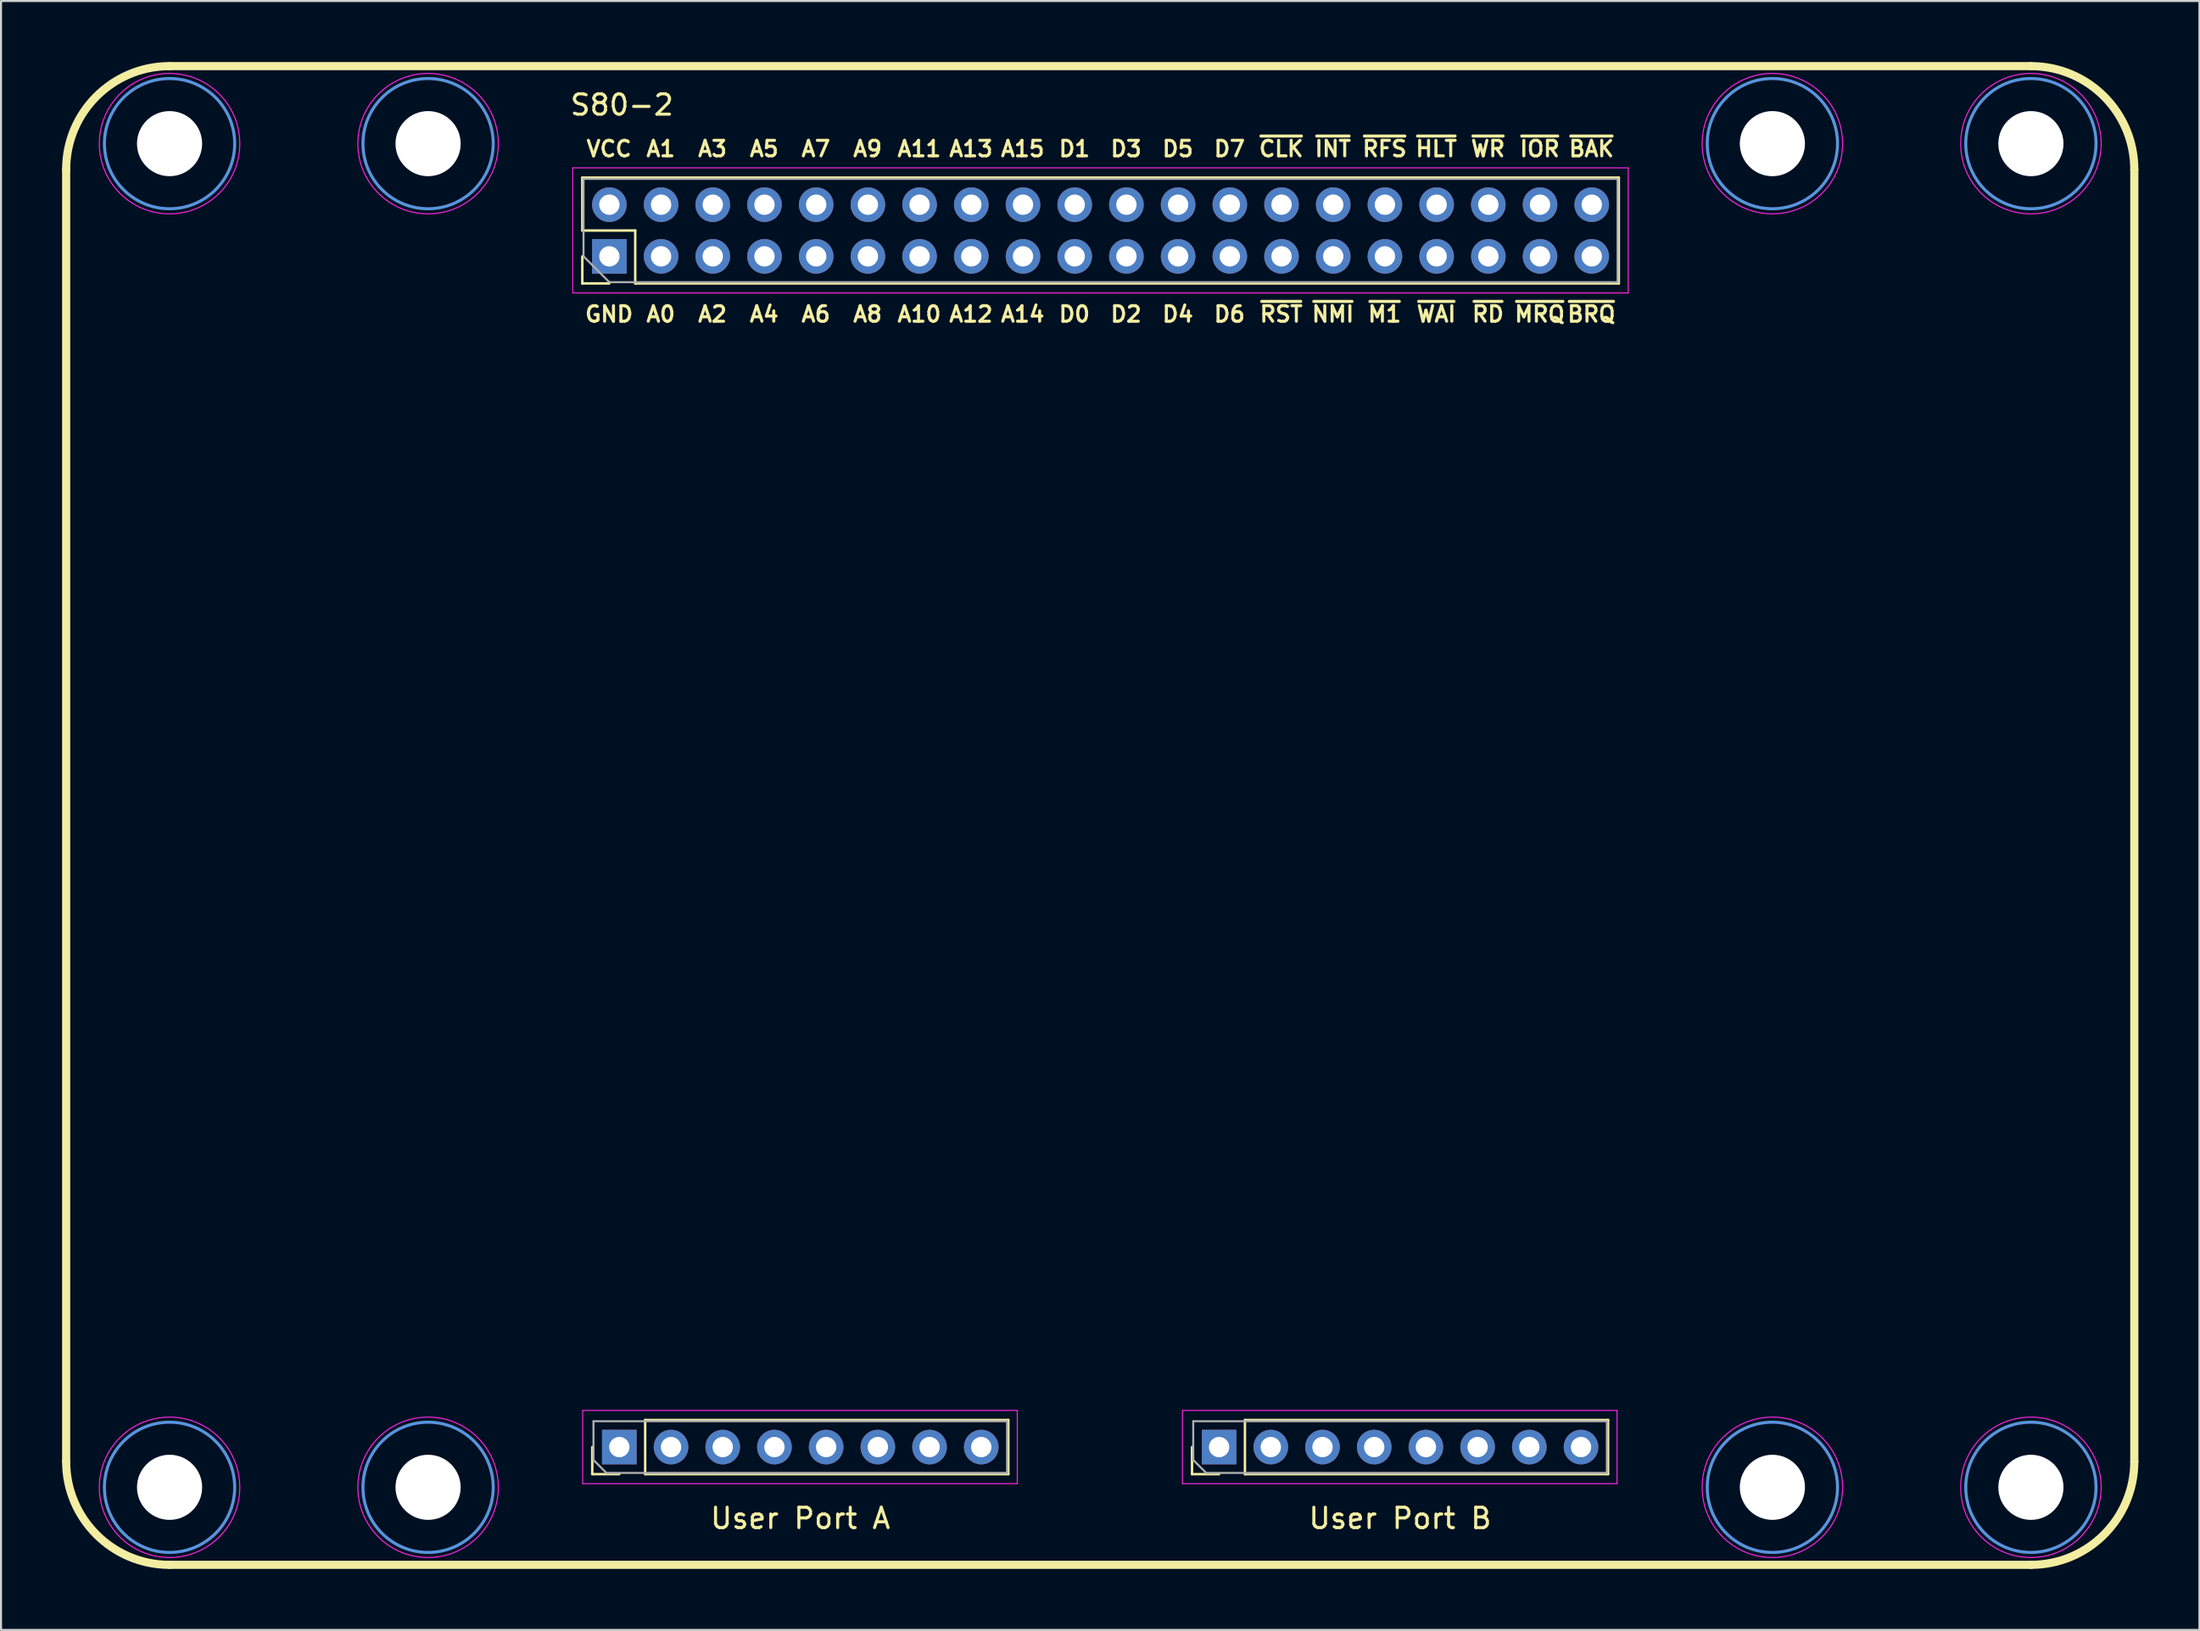
<source format=kicad_pcb>
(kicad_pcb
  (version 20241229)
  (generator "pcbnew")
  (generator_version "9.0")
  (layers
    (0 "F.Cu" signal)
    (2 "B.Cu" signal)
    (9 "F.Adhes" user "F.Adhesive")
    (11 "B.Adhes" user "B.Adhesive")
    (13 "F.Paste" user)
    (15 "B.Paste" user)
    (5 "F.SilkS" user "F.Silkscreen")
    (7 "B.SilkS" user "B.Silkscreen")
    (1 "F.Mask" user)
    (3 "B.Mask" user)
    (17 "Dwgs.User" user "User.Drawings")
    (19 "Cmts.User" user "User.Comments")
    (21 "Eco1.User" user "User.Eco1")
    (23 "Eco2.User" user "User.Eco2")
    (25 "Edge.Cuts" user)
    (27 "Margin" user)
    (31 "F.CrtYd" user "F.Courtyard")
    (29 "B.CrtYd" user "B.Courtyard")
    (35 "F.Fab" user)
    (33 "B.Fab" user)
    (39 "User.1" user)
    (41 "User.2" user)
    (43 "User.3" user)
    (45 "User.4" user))
  (footprint "S80-2"
    (layer "F.Cu")
    (at 51 37.03)
    (property "Reference" "S80-2" (at -23.495 -34.925 0) (layer "F.SilkS") (effects (font (size 1 1) (thickness 0.15))))
    (attr through_hole)
    (fp_line (start -50.8 -31.75) (end -50.8 31.75) (stroke (width 0.4) (type solid)) (layer "F.SilkS"))
    (fp_line (start -45.72 -36.83) (end 45.72 -36.83) (stroke (width 0.4) (type solid)) (layer "F.SilkS"))
    (fp_line (start -45.72 36.83) (end 45.72 36.83) (stroke (width 0.4) (type solid)) (layer "F.SilkS"))
    (fp_line (start -25.444 -31.35) (end 25.476 -31.35) (stroke (width 0.12) (type solid)) (layer "F.SilkS"))
    (fp_line (start -25.444 -28.75) (end -25.444 -31.35) (stroke (width 0.12) (type solid)) (layer "F.SilkS"))
    (fp_line (start -25.444 -26.15) (end -25.444 -27.48) (stroke (width 0.12) (type solid)) (layer "F.SilkS"))
    (fp_line (start -24.955 32.372) (end -24.955 31.042) (stroke (width 0.12) (type solid)) (layer "F.SilkS"))
    (fp_line (start -24.114 -26.15) (end -25.444 -26.15) (stroke (width 0.12) (type solid)) (layer "F.SilkS"))
    (fp_line (start -23.625 32.372) (end -24.955 32.372) (stroke (width 0.12) (type solid)) (layer "F.SilkS"))
    (fp_line (start -22.844 -28.75) (end -25.444 -28.75) (stroke (width 0.12) (type solid)) (layer "F.SilkS"))
    (fp_line (start -22.844 -26.15) (end -22.844 -28.75) (stroke (width 0.12) (type solid)) (layer "F.SilkS"))
    (fp_line (start -22.844 -26.15) (end 25.476 -26.15) (stroke (width 0.12) (type solid)) (layer "F.SilkS"))
    (fp_line (start -22.355 29.712) (end -4.515 29.712) (stroke (width 0.12) (type solid)) (layer "F.SilkS"))
    (fp_line (start -22.355 32.372) (end -22.355 29.712) (stroke (width 0.12) (type solid)) (layer "F.SilkS"))
    (fp_line (start -22.355 32.372) (end -4.515 32.372) (stroke (width 0.12) (type solid)) (layer "F.SilkS"))
    (fp_line (start -4.515 32.372) (end -4.515 29.712) (stroke (width 0.12) (type solid)) (layer "F.SilkS"))
    (fp_line (start 4.509 32.372) (end 4.509 31.042) (stroke (width 0.12) (type solid)) (layer "F.SilkS"))
    (fp_line (start 5.839 32.372) (end 4.509 32.372) (stroke (width 0.12) (type solid)) (layer "F.SilkS"))
    (fp_line (start 7.109 29.712) (end 24.949 29.712) (stroke (width 0.12) (type solid)) (layer "F.SilkS"))
    (fp_line (start 7.109 32.372) (end 7.109 29.712) (stroke (width 0.12) (type solid)) (layer "F.SilkS"))
    (fp_line (start 7.109 32.372) (end 24.949 32.372) (stroke (width 0.12) (type solid)) (layer "F.SilkS"))
    (fp_line (start 24.949 32.372) (end 24.949 29.712) (stroke (width 0.12) (type solid)) (layer "F.SilkS"))
    (fp_line (start 25.476 -26.15) (end 25.476 -31.35) (stroke (width 0.12) (type solid)) (layer "F.SilkS"))
    (fp_line (start 50.8 -31.75) (end 50.8 31.75) (stroke (width 0.4) (type solid)) (layer "F.SilkS"))
    (fp_arc (start -50.8 -31.75) (mid -49.312102 -35.342102) (end -45.72 -36.83) (stroke (width 0.4) (type solid)) (layer "F.SilkS"))
    (fp_arc (start -45.72 36.83) (mid -49.312102 35.342102) (end -50.8 31.75) (stroke (width 0.4) (type solid)) (layer "F.SilkS"))
    (fp_arc (start 45.72 -36.83) (mid 49.312102 -35.342102) (end 50.8 -31.75) (stroke (width 0.4) (type solid)) (layer "F.SilkS"))
    (fp_arc (start 50.8 31.75) (mid 49.312102 35.342102) (end 45.72 36.83) (stroke (width 0.4) (type solid)) (layer "F.SilkS"))
    (fp_circle (center -45.72 -33.02) (end -42.52 -33.02) (stroke (width 0.15) (type solid)) (fill no) (layer "Cmts.User"))
    (fp_circle (center -45.72 33.02) (end -42.52 33.02) (stroke (width 0.15) (type solid)) (fill no) (layer "Cmts.User"))
    (fp_circle (center -33.02 -33.02) (end -29.82 -33.02) (stroke (width 0.15) (type solid)) (fill no) (layer "Cmts.User"))
    (fp_circle (center -33.02 33.02) (end -29.82 33.02) (stroke (width 0.15) (type solid)) (fill no) (layer "Cmts.User"))
    (fp_circle (center 33.02 -33.02) (end 36.22 -33.02) (stroke (width 0.15) (type solid)) (fill no) (layer "Cmts.User"))
    (fp_circle (center 33.02 33.02) (end 36.22 33.02) (stroke (width 0.15) (type solid)) (fill no) (layer "Cmts.User"))
    (fp_circle (center 45.72 -33.02) (end 48.92 -33.02) (stroke (width 0.15) (type solid)) (fill no) (layer "Cmts.User"))
    (fp_circle (center 45.72 33.02) (end 48.92 33.02) (stroke (width 0.15) (type solid)) (fill no) (layer "Cmts.User"))
    (fp_line (start -25.914 -31.83) (end -25.914 -25.68) (stroke (width 0.05) (type solid)) (layer "F.CrtYd"))
    (fp_line (start -25.914 -25.68) (end 25.936 -25.68) (stroke (width 0.05) (type solid)) (layer "F.CrtYd"))
    (fp_line (start -25.425 29.242) (end -25.425 32.842) (stroke (width 0.05) (type solid)) (layer "F.CrtYd"))
    (fp_line (start -25.425 32.842) (end -4.075 32.842) (stroke (width 0.05) (type solid)) (layer "F.CrtYd"))
    (fp_line (start -4.075 29.242) (end -25.425 29.242) (stroke (width 0.05) (type solid)) (layer "F.CrtYd"))
    (fp_line (start -4.075 32.842) (end -4.075 29.242) (stroke (width 0.05) (type solid)) (layer "F.CrtYd"))
    (fp_line (start 4.039 29.242) (end 4.039 32.842) (stroke (width 0.05) (type solid)) (layer "F.CrtYd"))
    (fp_line (start 4.039 32.842) (end 25.389 32.842) (stroke (width 0.05) (type solid)) (layer "F.CrtYd"))
    (fp_line (start 25.389 29.242) (end 4.039 29.242) (stroke (width 0.05) (type solid)) (layer "F.CrtYd"))
    (fp_line (start 25.389 32.842) (end 25.389 29.242) (stroke (width 0.05) (type solid)) (layer "F.CrtYd"))
    (fp_line (start 25.936 -31.83) (end -25.914 -31.83) (stroke (width 0.05) (type solid)) (layer "F.CrtYd"))
    (fp_line (start 25.936 -25.68) (end 25.936 -31.83) (stroke (width 0.05) (type solid)) (layer "F.CrtYd"))
    (fp_circle (center -45.72 -33.02) (end -42.27 -33.02) (stroke (width 0.05) (type solid)) (fill no) (layer "F.CrtYd"))
    (fp_circle (center -45.72 33.02) (end -42.27 33.02) (stroke (width 0.05) (type solid)) (fill no) (layer "F.CrtYd"))
    (fp_circle (center -33.02 -33.02) (end -29.57 -33.02) (stroke (width 0.05) (type solid)) (fill no) (layer "F.CrtYd"))
    (fp_circle (center -33.02 33.02) (end -29.57 33.02) (stroke (width 0.05) (type solid)) (fill no) (layer "F.CrtYd"))
    (fp_circle (center 33.02 -33.02) (end 36.47 -33.02) (stroke (width 0.05) (type solid)) (fill no) (layer "F.CrtYd"))
    (fp_circle (center 33.02 33.02) (end 36.47 33.02) (stroke (width 0.05) (type solid)) (fill no) (layer "F.CrtYd"))
    (fp_circle (center 45.72 -33.02) (end 49.17 -33.02) (stroke (width 0.05) (type solid)) (fill no) (layer "F.CrtYd"))
    (fp_circle (center 45.72 33.02) (end 49.17 33.02) (stroke (width 0.05) (type solid)) (fill no) (layer "F.CrtYd"))
    (fp_line (start -25.384 -31.29) (end 25.416 -31.29) (stroke (width 0.1) (type solid)) (layer "F.Fab"))
    (fp_line (start -25.384 -27.48) (end -25.384 -31.29) (stroke (width 0.1) (type solid)) (layer "F.Fab"))
    (fp_line (start -24.895 29.772) (end -4.575 29.772) (stroke (width 0.1) (type solid)) (layer "F.Fab"))
    (fp_line (start -24.895 31.677) (end -24.895 29.772) (stroke (width 0.1) (type solid)) (layer "F.Fab"))
    (fp_line (start -24.26 32.312) (end -24.895 31.677) (stroke (width 0.1) (type solid)) (layer "F.Fab"))
    (fp_line (start -24.114 -26.21) (end -25.384 -27.48) (stroke (width 0.1) (type solid)) (layer "F.Fab"))
    (fp_line (start -4.575 29.772) (end -4.575 32.312) (stroke (width 0.1) (type solid)) (layer "F.Fab"))
    (fp_line (start -4.575 32.312) (end -24.26 32.312) (stroke (width 0.1) (type solid)) (layer "F.Fab"))
    (fp_line (start 4.569 29.772) (end 24.889 29.772) (stroke (width 0.1) (type solid)) (layer "F.Fab"))
    (fp_line (start 4.569 31.677) (end 4.569 29.772) (stroke (width 0.1) (type solid)) (layer "F.Fab"))
    (fp_line (start 5.204 32.312) (end 4.569 31.677) (stroke (width 0.1) (type solid)) (layer "F.Fab"))
    (fp_line (start 24.889 29.772) (end 24.889 32.312) (stroke (width 0.1) (type solid)) (layer "F.Fab"))
    (fp_line (start 24.889 32.312) (end 5.204 32.312) (stroke (width 0.1) (type solid)) (layer "F.Fab"))
    (fp_line (start 25.416 -31.29) (end 25.416 -26.21) (stroke (width 0.1) (type solid)) (layer "F.Fab"))
    (fp_line (start 25.416 -26.21) (end -24.114 -26.21) (stroke (width 0.1) (type solid)) (layer "F.Fab"))
    (fp_text user "~{RST}" (at 8.89 -24.638 0) (layer "F.SilkS") (effects (font (size 0.762 0.762) (thickness 0.15))))
    (fp_text user "A4" (at -16.51 -24.638 0) (layer "F.SilkS") (effects (font (size 0.762 0.762) (thickness 0.15))))
    (fp_text user "~{BAK}" (at 24.13 -32.766 0) (layer "F.SilkS") (effects (font (size 0.762 0.762) (thickness 0.15))))
    (fp_text user "~{WAI}" (at 16.51 -24.638 0) (layer "F.SilkS") (effects (font (size 0.762 0.762) (thickness 0.15))))
    (fp_text user "A5" (at -16.51 -32.766 0) (layer "F.SilkS") (effects (font (size 0.762 0.762) (thickness 0.15))))
    (fp_text user "A13" (at -6.35 -32.766 0) (layer "F.SilkS") (effects (font (size 0.762 0.762) (thickness 0.15))))
    (fp_text user "A10" (at -8.89 -24.638 0) (layer "F.SilkS") (effects (font (size 0.762 0.762) (thickness 0.15))))
    (fp_text user "A0" (at -21.59 -24.638 0) (layer "F.SilkS") (effects (font (size 0.762 0.762) (thickness 0.15))))
    (fp_text user "~{RD}" (at 19.05 -24.638 0) (layer "F.SilkS") (effects (font (size 0.762 0.762) (thickness 0.15))))
    (fp_text user "A3" (at -19.05 -32.766 0) (layer "F.SilkS") (effects (font (size 0.762 0.762) (thickness 0.15))))
    (fp_text user "A2" (at -19.05 -24.638 0) (layer "F.SilkS") (effects (font (size 0.762 0.762) (thickness 0.15))))
    (fp_text user "A12" (at -6.35 -24.638 0) (layer "F.SilkS") (effects (font (size 0.762 0.762) (thickness 0.15))))
    (fp_text user "A7" (at -13.97 -32.766 0) (layer "F.SilkS") (effects (font (size 0.762 0.762) (thickness 0.15))))
    (fp_text user "~{RFS}" (at 13.97 -32.766 0) (layer "F.SilkS") (effects (font (size 0.762 0.762) (thickness 0.15))))
    (fp_text user "~{BRQ}" (at 24.13 -24.638 0) (layer "F.SilkS") (effects (font (size 0.762 0.762) (thickness 0.15))))
    (fp_text user "D7" (at 6.35 -32.766 0) (layer "F.SilkS") (effects (font (size 0.762 0.762) (thickness 0.15))))
    (fp_text user "~{MRQ}" (at 21.59 -24.638 0) (layer "F.SilkS") (effects (font (size 0.762 0.762) (thickness 0.15))))
    (fp_text user "A1" (at -21.59 -32.766 0) (layer "F.SilkS") (effects (font (size 0.762 0.762) (thickness 0.15))))
    (fp_text user "A11" (at -8.89 -32.766 0) (layer "F.SilkS") (effects (font (size 0.762 0.762) (thickness 0.15))))
    (fp_text user "A15" (at -3.81 -32.766 0) (layer "F.SilkS") (effects (font (size 0.762 0.762) (thickness 0.15))))
    (fp_text user "User Port A" (at -14.732 34.544 0) (layer "F.SilkS") (effects (font (size 1 1) (thickness 0.15))))
    (fp_text user "~{IOR}" (at 21.59 -32.766 0) (layer "F.SilkS") (effects (font (size 0.762 0.762) (thickness 0.15))))
    (fp_text user "A14" (at -3.81 -24.638 0) (layer "F.SilkS") (effects (font (size 0.762 0.762) (thickness 0.15))))
    (fp_text user "D4" (at 3.81 -24.638 0) (layer "F.SilkS") (effects (font (size 0.762 0.762) (thickness 0.15))))
    (fp_text user "A9" (at -11.43 -32.766 0) (layer "F.SilkS") (effects (font (size 0.762 0.762) (thickness 0.15))))
    (fp_text user "D3" (at 1.27 -32.766 0) (layer "F.SilkS") (effects (font (size 0.762 0.762) (thickness 0.15))))
    (fp_text user "~{CLK}" (at 8.89 -32.766 0) (layer "F.SilkS") (effects (font (size 0.762 0.762) (thickness 0.15))))
    (fp_text user "User Port B" (at 14.732 34.544 0) (layer "F.SilkS") (effects (font (size 1 1) (thickness 0.15))))
    (fp_text user "D1" (at -1.27 -32.766 0) (layer "F.SilkS") (effects (font (size 0.762 0.762) (thickness 0.15))))
    (fp_text user "A8" (at -11.43 -24.638 0) (layer "F.SilkS") (effects (font (size 0.762 0.762) (thickness 0.15))))
    (fp_text user "~{NMI}" (at 11.43 -24.638 0) (layer "F.SilkS") (effects (font (size 0.762 0.762) (thickness 0.15))))
    (fp_text user "GND" (at -24.13 -24.638 0) (layer "F.SilkS") (effects (font (size 0.762 0.762) (thickness 0.15))))
    (fp_text user "VCC" (at -24.13 -32.766 0) (layer "F.SilkS") (effects (font (size 0.762 0.762) (thickness 0.15))))
    (fp_text user "D2" (at 1.27 -24.638 0) (layer "F.SilkS") (effects (font (size 0.762 0.762) (thickness 0.15))))
    (fp_text user "D6" (at 6.35 -24.638 0) (layer "F.SilkS") (effects (font (size 0.762 0.762) (thickness 0.15))))
    (fp_text user "D0" (at -1.27 -24.638 0) (layer "F.SilkS") (effects (font (size 0.762 0.762) (thickness 0.15))))
    (fp_text user "~{M1}" (at 13.97 -24.638 0) (layer "F.SilkS") (effects (font (size 0.762 0.762) (thickness 0.15))))
    (fp_text user "~{WR}" (at 19.05 -32.766 0) (layer "F.SilkS") (effects (font (size 0.762 0.762) (thickness 0.15))))
    (fp_text user "D5" (at 3.81 -32.766 0) (layer "F.SilkS") (effects (font (size 0.762 0.762) (thickness 0.15))))
    (fp_text user "A6" (at -13.97 -24.638 0) (layer "F.SilkS") (effects (font (size 0.762 0.762) (thickness 0.15))))
    (fp_text user "~{INT}" (at 11.43 -32.766 0) (layer "F.SilkS") (effects (font (size 0.762 0.762) (thickness 0.15))))
    (fp_text user "~{HLT}" (at 16.51 -32.766 0) (layer "F.SilkS") (effects (font (size 0.762 0.762) (thickness 0.15))))
    (pad "" np_thru_hole circle (at -45.72 -33.02) (size 3.2 3.2) (drill 3.2) (layers "*.Cu" "*.Mask"))
    (pad "" np_thru_hole circle (at -45.72 33.02) (size 3.2 3.2) (drill 3.2) (layers "*.Cu" "*.Mask"))
    (pad "" np_thru_hole circle (at -33.02 -33.02) (size 3.2 3.2) (drill 3.2) (layers "*.Cu" "*.Mask"))
    (pad "" np_thru_hole circle (at -33.02 33.02) (size 3.2 3.2) (drill 3.2) (layers "*.Cu" "*.Mask"))
    (pad "" np_thru_hole circle (at 33.02 -33.02) (size 3.2 3.2) (drill 3.2) (layers "*.Cu" "*.Mask"))
    (pad "" np_thru_hole circle (at 33.02 33.02) (size 3.2 3.2) (drill 3.2) (layers "*.Cu" "*.Mask"))
    (pad "" np_thru_hole circle (at 45.72 -33.02) (size 3.2 3.2) (drill 3.2) (layers "*.Cu" "*.Mask"))
    (pad "" np_thru_hole circle (at 45.72 33.02) (size 3.2 3.2) (drill 3.2) (layers "*.Cu" "*.Mask"))
    (pad "1" thru_hole rect (at -24.114 -27.48 90) (size 1.7 1.7) (drill 1) (layers "*.Cu" "*.Mask"))
    (pad "2" thru_hole oval (at -24.114 -30.02 90) (size 1.7 1.7) (drill 1) (layers "*.Cu" "*.Mask"))
    (pad "3" thru_hole oval (at -21.574 -27.48 90) (size 1.7 1.7) (drill 1) (layers "*.Cu" "*.Mask"))
    (pad "4" thru_hole oval (at -21.574 -30.02 90) (size 1.7 1.7) (drill 1) (layers "*.Cu" "*.Mask"))
    (pad "5" thru_hole oval (at -19.034 -27.48 90) (size 1.7 1.7) (drill 1) (layers "*.Cu" "*.Mask"))
    (pad "6" thru_hole oval (at -19.034 -30.02 90) (size 1.7 1.7) (drill 1) (layers "*.Cu" "*.Mask"))
    (pad "7" thru_hole oval (at -16.494 -27.48 90) (size 1.7 1.7) (drill 1) (layers "*.Cu" "*.Mask"))
    (pad "8" thru_hole oval (at -16.494 -30.02 90) (size 1.7 1.7) (drill 1) (layers "*.Cu" "*.Mask"))
    (pad "9" thru_hole oval (at -13.954 -27.48 90) (size 1.7 1.7) (drill 1) (layers "*.Cu" "*.Mask"))
    (pad "10" thru_hole oval (at -13.954 -30.02 90) (size 1.7 1.7) (drill 1) (layers "*.Cu" "*.Mask"))
    (pad "11" thru_hole oval (at -11.414 -27.48 90) (size 1.7 1.7) (drill 1) (layers "*.Cu" "*.Mask"))
    (pad "12" thru_hole oval (at -11.414 -30.02 90) (size 1.7 1.7) (drill 1) (layers "*.Cu" "*.Mask"))
    (pad "13" thru_hole oval (at -8.874 -27.48 90) (size 1.7 1.7) (drill 1) (layers "*.Cu" "*.Mask"))
    (pad "14" thru_hole oval (at -8.874 -30.02 90) (size 1.7 1.7) (drill 1) (layers "*.Cu" "*.Mask"))
    (pad "15" thru_hole oval (at -6.334 -27.48 90) (size 1.7 1.7) (drill 1) (layers "*.Cu" "*.Mask"))
    (pad "16" thru_hole oval (at -6.334 -30.02 90) (size 1.7 1.7) (drill 1) (layers "*.Cu" "*.Mask"))
    (pad "17" thru_hole oval (at -3.794 -27.48 90) (size 1.7 1.7) (drill 1) (layers "*.Cu" "*.Mask"))
    (pad "18" thru_hole oval (at -3.794 -30.02 90) (size 1.7 1.7) (drill 1) (layers "*.Cu" "*.Mask"))
    (pad "19" thru_hole oval (at -1.254 -27.48 90) (size 1.7 1.7) (drill 1) (layers "*.Cu" "*.Mask"))
    (pad "20" thru_hole oval (at -1.254 -30.02 90) (size 1.7 1.7) (drill 1) (layers "*.Cu" "*.Mask"))
    (pad "21" thru_hole oval (at 1.286 -27.48 90) (size 1.7 1.7) (drill 1) (layers "*.Cu" "*.Mask"))
    (pad "22" thru_hole oval (at 1.286 -30.02 90) (size 1.7 1.7) (drill 1) (layers "*.Cu" "*.Mask"))
    (pad "23" thru_hole oval (at 3.826 -27.48 90) (size 1.7 1.7) (drill 1) (layers "*.Cu" "*.Mask"))
    (pad "24" thru_hole oval (at 3.826 -30.02 90) (size 1.7 1.7) (drill 1) (layers "*.Cu" "*.Mask"))
    (pad "25" thru_hole oval (at 6.366 -27.48 90) (size 1.7 1.7) (drill 1) (layers "*.Cu" "*.Mask"))
    (pad "26" thru_hole oval (at 6.366 -30.02 90) (size 1.7 1.7) (drill 1) (layers "*.Cu" "*.Mask"))
    (pad "27" thru_hole oval (at 8.906 -27.48 90) (size 1.7 1.7) (drill 1) (layers "*.Cu" "*.Mask"))
    (pad "28" thru_hole oval (at 8.906 -30.02 90) (size 1.7 1.7) (drill 1) (layers "*.Cu" "*.Mask"))
    (pad "29" thru_hole oval (at 11.446 -27.48 90) (size 1.7 1.7) (drill 1) (layers "*.Cu" "*.Mask"))
    (pad "30" thru_hole oval (at 11.446 -30.02 90) (size 1.7 1.7) (drill 1) (layers "*.Cu" "*.Mask"))
    (pad "31" thru_hole oval (at 13.986 -27.48 90) (size 1.7 1.7) (drill 1) (layers "*.Cu" "*.Mask"))
    (pad "32" thru_hole oval (at 13.986 -30.02 90) (size 1.7 1.7) (drill 1) (layers "*.Cu" "*.Mask"))
    (pad "33" thru_hole oval (at 16.526 -27.48 90) (size 1.7 1.7) (drill 1) (layers "*.Cu" "*.Mask"))
    (pad "34" thru_hole oval (at 16.526 -30.02 90) (size 1.7 1.7) (drill 1) (layers "*.Cu" "*.Mask"))
    (pad "35" thru_hole oval (at 19.066 -27.48 90) (size 1.7 1.7) (drill 1) (layers "*.Cu" "*.Mask"))
    (pad "36" thru_hole oval (at 19.066 -30.02 90) (size 1.7 1.7) (drill 1) (layers "*.Cu" "*.Mask"))
    (pad "37" thru_hole oval (at 21.606 -27.48 90) (size 1.7 1.7) (drill 1) (layers "*.Cu" "*.Mask"))
    (pad "38" thru_hole oval (at 21.606 -30.02 90) (size 1.7 1.7) (drill 1) (layers "*.Cu" "*.Mask"))
    (pad "39" thru_hole oval (at 24.146 -27.48 90) (size 1.7 1.7) (drill 1) (layers "*.Cu" "*.Mask"))
    (pad "40" thru_hole oval (at 24.146 -30.02 90) (size 1.7 1.7) (drill 1) (layers "*.Cu" "*.Mask"))
    (pad "41" thru_hole rect (at -23.625 31.042 90) (size 1.7 1.7) (drill 1) (layers "*.Cu" "*.Mask"))
    (pad "42" thru_hole oval (at -21.085 31.042 90) (size 1.7 1.7) (drill 1) (layers "*.Cu" "*.Mask"))
    (pad "43" thru_hole oval (at -18.545 31.042 90) (size 1.7 1.7) (drill 1) (layers "*.Cu" "*.Mask"))
    (pad "44" thru_hole oval (at -16.005 31.042 90) (size 1.7 1.7) (drill 1) (layers "*.Cu" "*.Mask"))
    (pad "45" thru_hole oval (at -13.465 31.042 90) (size 1.7 1.7) (drill 1) (layers "*.Cu" "*.Mask"))
    (pad "46" thru_hole oval (at -10.925 31.042 90) (size 1.7 1.7) (drill 1) (layers "*.Cu" "*.Mask"))
    (pad "47" thru_hole oval (at -8.385 31.042 90) (size 1.7 1.7) (drill 1) (layers "*.Cu" "*.Mask"))
    (pad "48" thru_hole oval (at -5.845 31.042 90) (size 1.7 1.7) (drill 1) (layers "*.Cu" "*.Mask"))
    (pad "49" thru_hole rect (at 5.839 31.042 90) (size 1.7 1.7) (drill 1) (layers "*.Cu" "*.Mask"))
    (pad "50" thru_hole oval (at 8.379 31.042 90) (size 1.7 1.7) (drill 1) (layers "*.Cu" "*.Mask"))
    (pad "51" thru_hole oval (at 10.919 31.042 90) (size 1.7 1.7) (drill 1) (layers "*.Cu" "*.Mask"))
    (pad "52" thru_hole oval (at 13.459 31.042 90) (size 1.7 1.7) (drill 1) (layers "*.Cu" "*.Mask"))
    (pad "53" thru_hole oval (at 15.999 31.042 90) (size 1.7 1.7) (drill 1) (layers "*.Cu" "*.Mask"))
    (pad "54" thru_hole oval (at 18.539 31.042 90) (size 1.7 1.7) (drill 1) (layers "*.Cu" "*.Mask"))
    (pad "55" thru_hole oval (at 21.079 31.042 90) (size 1.7 1.7) (drill 1) (layers "*.Cu" "*.Mask"))
    (pad "56" thru_hole oval (at 23.619 31.042 90) (size 1.7 1.7) (drill 1) (layers "*.Cu" "*.Mask")))
  (gr_rect
    (start -3 -3)
    (end 105 77.06)
    (stroke (width 0.1) (type default))
    (fill no)
    (layer "Edge.Cuts")))
</source>
